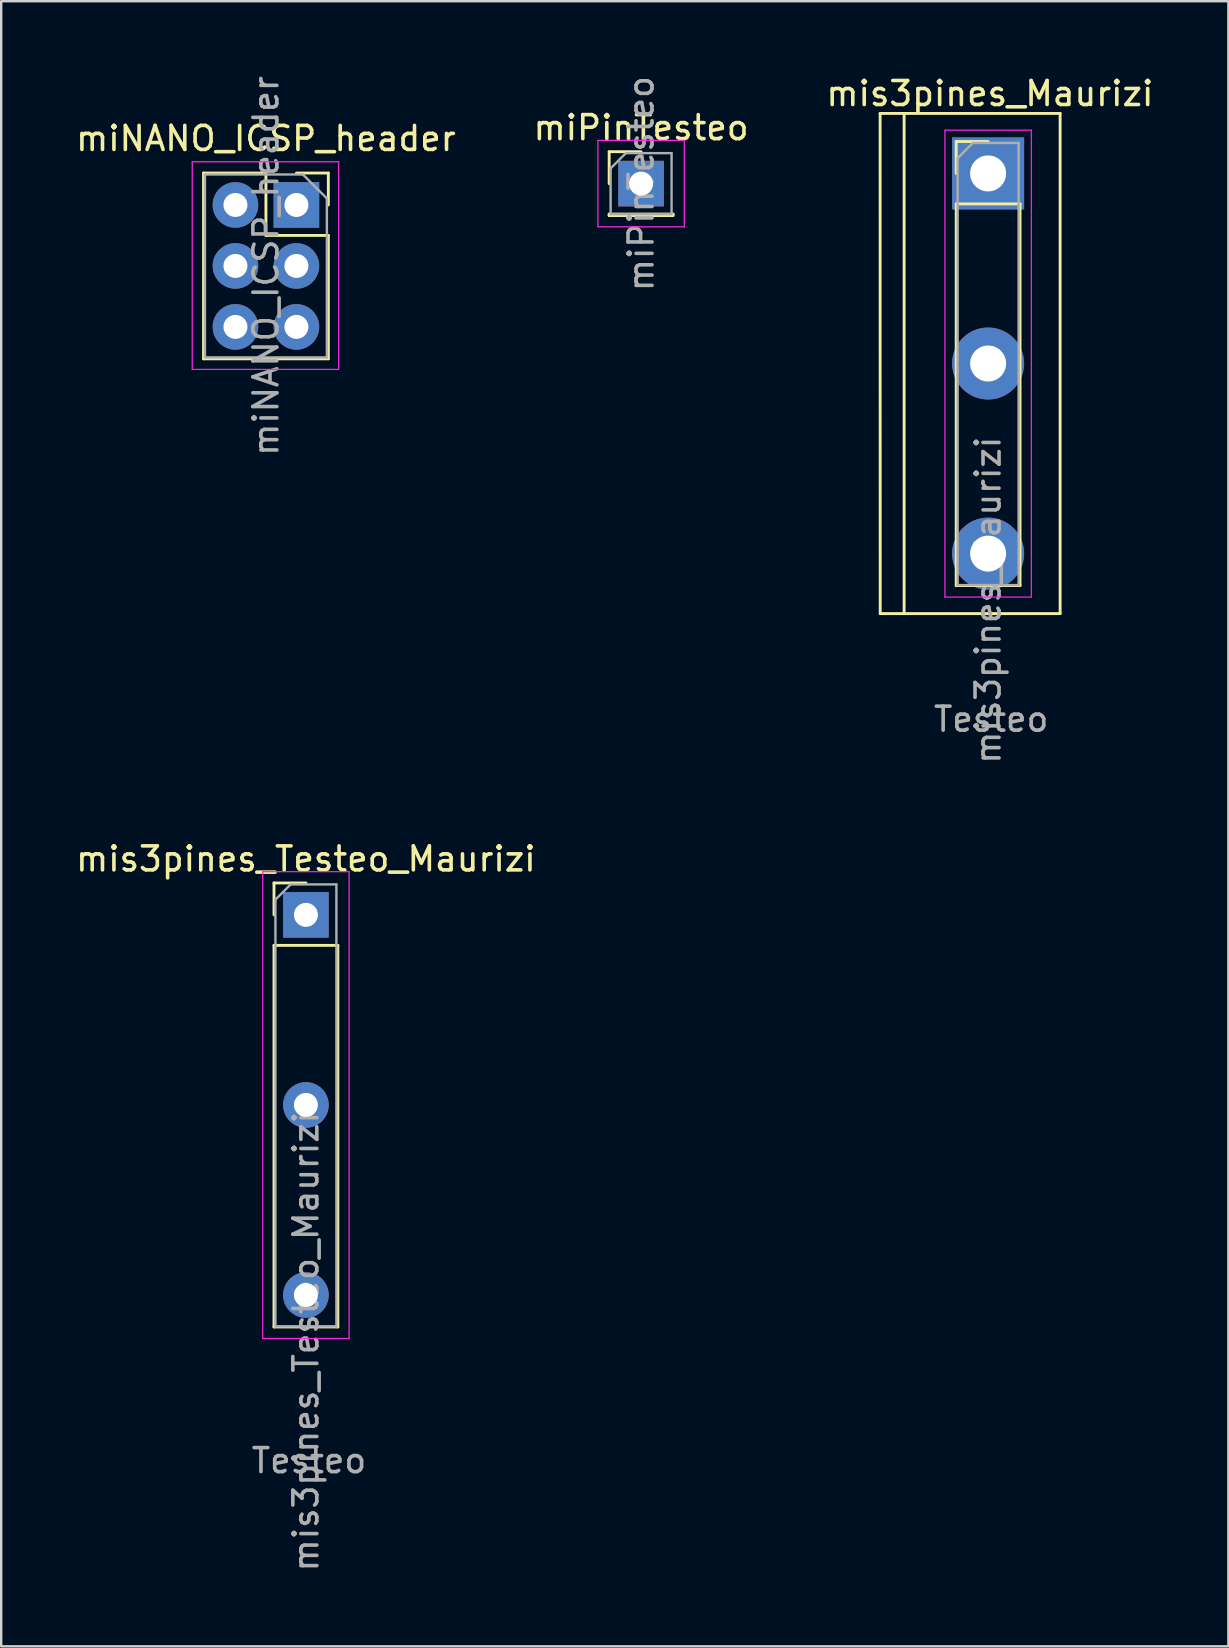
<source format=kicad_pcb>
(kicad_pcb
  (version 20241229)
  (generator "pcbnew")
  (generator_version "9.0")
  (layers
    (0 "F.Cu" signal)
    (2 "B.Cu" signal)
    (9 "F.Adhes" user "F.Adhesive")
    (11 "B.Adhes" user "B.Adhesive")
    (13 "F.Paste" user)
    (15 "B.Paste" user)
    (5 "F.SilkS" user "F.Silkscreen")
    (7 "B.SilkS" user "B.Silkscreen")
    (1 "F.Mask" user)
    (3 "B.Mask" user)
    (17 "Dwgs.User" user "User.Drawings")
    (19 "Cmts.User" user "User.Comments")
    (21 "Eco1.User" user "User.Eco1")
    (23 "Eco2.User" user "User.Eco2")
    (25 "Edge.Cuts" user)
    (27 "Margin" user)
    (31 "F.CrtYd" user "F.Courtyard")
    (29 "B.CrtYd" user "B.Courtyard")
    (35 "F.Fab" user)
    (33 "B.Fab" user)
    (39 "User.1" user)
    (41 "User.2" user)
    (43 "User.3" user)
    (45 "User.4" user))
  (footprint "mis3pines_Testeo_Maurizi"
    (layer "F.Cu")
    (at 9.696 35.068)
    (property "Reference" "mis3pines_Testeo_Maurizi" (at 0 -2.33 0) (layer "F.SilkS") (effects (font (size 1 1) (thickness 0.15))))
    (attr through_hole)
    (fp_line (start -1.33 -1.33) (end 0 -1.33) (stroke (width 0.12) (type solid)) (layer "F.SilkS"))
    (fp_line (start -1.33 0) (end -1.33 -1.33) (stroke (width 0.12) (type solid)) (layer "F.SilkS"))
    (fp_line (start -1.33 1.27) (end -1.33 17.17) (stroke (width 0.12) (type solid)) (layer "F.SilkS"))
    (fp_line (start -1.33 1.27) (end 1.33 1.27) (stroke (width 0.12) (type solid)) (layer "F.SilkS"))
    (fp_line (start -1.33 17.17) (end 1.33 17.17) (stroke (width 0.12) (type solid)) (layer "F.SilkS"))
    (fp_line (start 1.33 1.27) (end 1.33 17.17) (stroke (width 0.12) (type solid)) (layer "F.SilkS"))
    (fp_line (start -1.8 -1.8) (end -1.8 17.65) (stroke (width 0.05) (type solid)) (layer "F.CrtYd"))
    (fp_line (start -1.8 17.65) (end 1.8 17.65) (stroke (width 0.05) (type solid)) (layer "F.CrtYd"))
    (fp_line (start 1.8 -1.8) (end -1.8 -1.8) (stroke (width 0.05) (type solid)) (layer "F.CrtYd"))
    (fp_line (start 1.8 17.65) (end 1.8 -1.8) (stroke (width 0.05) (type solid)) (layer "F.CrtYd"))
    (fp_line (start -1.27 -0.635) (end -0.635 -1.27) (stroke (width 0.1) (type solid)) (layer "F.Fab"))
    (fp_line (start -1.27 17.15) (end -1.27 -0.635) (stroke (width 0.1) (type solid)) (layer "F.Fab"))
    (fp_line (start -0.635 -1.27) (end 1.27 -1.27) (stroke (width 0.1) (type solid)) (layer "F.Fab"))
    (fp_line (start 1.27 -1.27) (end 1.27 17.15) (stroke (width 0.1) (type solid)) (layer "F.Fab"))
    (fp_line (start 1.27 17.15) (end -1.27 17.15) (stroke (width 0.1) (type solid)) (layer "F.Fab"))
    (fp_text user "Testeo" (at 0.127 22.741 0) (layer "F.Fab") (effects (font (size 1 1) (thickness 0.15))))
    (fp_text user "${REFERENCE}" (at 0 17.78 90) (layer "F.Fab") (effects (font (size 1 1) (thickness 0.15))))
    (pad "1" thru_hole rect (at 0 0) (size 1.9 1.9) (drill 1) (layers "*.Cu" "*.Mask"))
    (pad "2" thru_hole oval (at 0 7.92) (size 1.9 1.9) (drill 1) (layers "*.Cu" "*.Mask"))
    (pad "3" thru_hole oval (at 0 15.84) (size 1.9 1.9) (drill 1) (layers "*.Cu" "*.Mask")))
  (footprint "mis3pines_Maurizi"
    (layer "F.Cu")
    (at 38.12 4.176)
    (property "Reference" "mis3pines_Maurizi" (at 0.076 -3.327 0) (layer "F.SilkS") (effects (font (size 1 1) (thickness 0.15))))
    (attr through_hole)
    (fp_line (start -4.5 -2.5) (end 3 -2.5) (stroke (width 0.12) (type solid)) (layer "F.SilkS"))
    (fp_line (start -4.496 18.34) (end -4.5 -2.5) (stroke (width 0.12) (type solid)) (layer "F.SilkS"))
    (fp_line (start -3.5 18.339) (end -3.5 -2.5) (stroke (width 0.12) (type solid)) (layer "F.SilkS"))
    (fp_line (start -1.33 -1.33) (end 0 -1.33) (stroke (width 0.12) (type solid)) (layer "F.SilkS"))
    (fp_line (start -1.33 0) (end -1.33 -1.33) (stroke (width 0.12) (type solid)) (layer "F.SilkS"))
    (fp_line (start -1.33 1.27) (end -1.33 17.17) (stroke (width 0.12) (type solid)) (layer "F.SilkS"))
    (fp_line (start -1.33 1.27) (end 1.33 1.27) (stroke (width 0.12) (type solid)) (layer "F.SilkS"))
    (fp_line (start -1.33 17.17) (end 1.33 17.17) (stroke (width 0.12) (type solid)) (layer "F.SilkS"))
    (fp_line (start 1.33 1.27) (end 1.33 17.17) (stroke (width 0.12) (type solid)) (layer "F.SilkS"))
    (fp_line (start 3 -2.5) (end 3 18.34) (stroke (width 0.12) (type solid)) (layer "F.SilkS"))
    (fp_line (start 3 18.34) (end -4.496 18.34) (stroke (width 0.12) (type solid)) (layer "F.SilkS"))
    (fp_line (start -1.8 -1.8) (end -1.8 17.65) (stroke (width 0.05) (type solid)) (layer "F.CrtYd"))
    (fp_line (start -1.8 17.65) (end 1.8 17.65) (stroke (width 0.05) (type solid)) (layer "F.CrtYd"))
    (fp_line (start 1.8 -1.8) (end -1.8 -1.8) (stroke (width 0.05) (type solid)) (layer "F.CrtYd"))
    (fp_line (start 1.8 17.65) (end 1.8 -1.8) (stroke (width 0.05) (type solid)) (layer "F.CrtYd"))
    (fp_line (start -1.27 -0.635) (end -0.635 -1.27) (stroke (width 0.1) (type solid)) (layer "F.Fab"))
    (fp_line (start -1.27 17.15) (end -1.27 -0.635) (stroke (width 0.1) (type solid)) (layer "F.Fab"))
    (fp_line (start -0.635 -1.27) (end 1.27 -1.27) (stroke (width 0.1) (type solid)) (layer "F.Fab"))
    (fp_line (start 1.27 -1.27) (end 1.27 17.15) (stroke (width 0.1) (type solid)) (layer "F.Fab"))
    (fp_line (start 1.27 17.15) (end -1.27 17.15) (stroke (width 0.1) (type solid)) (layer "F.Fab"))
    (fp_text user "Testeo" (at 0.127 22.741 0) (layer "F.Fab") (effects (font (size 1 1) (thickness 0.15))))
    (fp_text user "${REFERENCE}" (at 0 17.78 90) (layer "F.Fab") (effects (font (size 1 1) (thickness 0.15))))
    (pad "1" thru_hole rect (at 0 0) (size 3 3) (drill 1.5) (layers "*.Cu" "*.Mask"))
    (pad "2" thru_hole oval (at 0 7.92) (size 3 3) (drill 1.5) (layers "*.Cu" "*.Mask"))
    (pad "3" thru_hole oval (at 0 15.84) (size 3 3) (drill 1.5) (layers "*.Cu" "*.Mask")))
  (footprint "miNANO_ICSP_header"
    (layer "F.Cu")
    (at 9.3 5.49)
    (property "Reference" "miNANO_ICSP_header" (at -1.27 -2.77 0) (layer "F.SilkS") (effects (font (size 1 1) (thickness 0.15))))
    (attr through_hole)
    (fp_line (start -3.87 -1.33) (end -3.87 6.41) (stroke (width 0.12) (type solid)) (layer "F.SilkS"))
    (fp_line (start -3.87 -1.33) (end -1.27 -1.33) (stroke (width 0.12) (type solid)) (layer "F.SilkS"))
    (fp_line (start -3.87 6.41) (end 1.33 6.41) (stroke (width 0.12) (type solid)) (layer "F.SilkS"))
    (fp_line (start -1.27 -1.33) (end -1.27 1.27) (stroke (width 0.12) (type solid)) (layer "F.SilkS"))
    (fp_line (start -1.27 1.27) (end 1.33 1.27) (stroke (width 0.12) (type solid)) (layer "F.SilkS"))
    (fp_line (start 0 -1.33) (end 1.33 -1.33) (stroke (width 0.12) (type solid)) (layer "F.SilkS"))
    (fp_line (start 1.33 -1.33) (end 1.33 0) (stroke (width 0.12) (type solid)) (layer "F.SilkS"))
    (fp_line (start 1.33 1.27) (end 1.33 6.41) (stroke (width 0.12) (type solid)) (layer "F.SilkS"))
    (fp_line (start -4.34 -1.8) (end 1.76 -1.8) (stroke (width 0.05) (type solid)) (layer "F.CrtYd"))
    (fp_line (start -4.34 6.85) (end -4.34 -1.8) (stroke (width 0.05) (type solid)) (layer "F.CrtYd"))
    (fp_line (start 1.76 -1.8) (end 1.76 6.85) (stroke (width 0.05) (type solid)) (layer "F.CrtYd"))
    (fp_line (start 1.76 6.85) (end -4.34 6.85) (stroke (width 0.05) (type solid)) (layer "F.CrtYd"))
    (fp_line (start -3.81 -1.27) (end 0.27 -1.27) (stroke (width 0.1) (type solid)) (layer "F.Fab"))
    (fp_line (start -3.81 6.35) (end -3.81 -1.27) (stroke (width 0.1) (type solid)) (layer "F.Fab"))
    (fp_line (start 0.27 -1.27) (end 1.27 -0.27) (stroke (width 0.1) (type solid)) (layer "F.Fab"))
    (fp_line (start 1.27 -0.27) (end 1.27 6.35) (stroke (width 0.1) (type solid)) (layer "F.Fab"))
    (fp_line (start 1.27 6.35) (end -3.81 6.35) (stroke (width 0.1) (type solid)) (layer "F.Fab"))
    (fp_text user "${REFERENCE}" (at -1.27 2.54 90) (layer "F.Fab") (effects (font (size 1 1) (thickness 0.15))))
    (pad "1" thru_hole rect (at 0 0) (size 1.9 1.9) (drill 1) (layers "*.Cu" "*.Mask"))
    (pad "2" thru_hole oval (at -2.54 0) (size 1.9 1.9) (drill 1) (layers "*.Cu" "*.Mask"))
    (pad "3" thru_hole oval (at 0 2.54) (size 1.9 1.9) (drill 1) (layers "*.Cu" "*.Mask"))
    (pad "4" thru_hole oval (at -2.54 2.54) (size 1.9 1.9) (drill 1) (layers "*.Cu" "*.Mask"))
    (pad "5" thru_hole oval (at 0 5.08) (size 1.9 1.9) (drill 1) (layers "*.Cu" "*.Mask"))
    (pad "6" thru_hole oval (at -2.54 5.08) (size 1.9 1.9) (drill 1) (layers "*.Cu" "*.Mask")))
  (footprint "miPinTesteo"
    (layer "F.Cu")
    (at 23.661 4.601)
    (property "Reference" "miPinTesteo" (at 0 -2.33 0) (layer "F.SilkS") (effects (font (size 1 1) (thickness 0.15))))
    (attr through_hole)
    (fp_line (start -1.33 -1.33) (end 0 -1.33) (stroke (width 0.12) (type solid)) (layer "F.SilkS"))
    (fp_line (start -1.33 0) (end -1.33 -1.33) (stroke (width 0.12) (type solid)) (layer "F.SilkS"))
    (fp_line (start -1.33 1.27) (end -1.33 1.33) (stroke (width 0.12) (type solid)) (layer "F.SilkS"))
    (fp_line (start -1.33 1.27) (end 1.33 1.27) (stroke (width 0.12) (type solid)) (layer "F.SilkS"))
    (fp_line (start -1.33 1.33) (end 1.33 1.33) (stroke (width 0.12) (type solid)) (layer "F.SilkS"))
    (fp_line (start 1.33 1.27) (end 1.33 1.33) (stroke (width 0.12) (type solid)) (layer "F.SilkS"))
    (fp_line (start -1.8 -1.8) (end -1.8 1.8) (stroke (width 0.05) (type solid)) (layer "F.CrtYd"))
    (fp_line (start -1.8 1.8) (end 1.8 1.8) (stroke (width 0.05) (type solid)) (layer "F.CrtYd"))
    (fp_line (start 1.8 -1.8) (end -1.8 -1.8) (stroke (width 0.05) (type solid)) (layer "F.CrtYd"))
    (fp_line (start 1.8 1.8) (end 1.8 -1.8) (stroke (width 0.05) (type solid)) (layer "F.CrtYd"))
    (fp_line (start -1.27 -0.635) (end -0.635 -1.27) (stroke (width 0.1) (type solid)) (layer "F.Fab"))
    (fp_line (start -1.27 1.27) (end -1.27 -0.635) (stroke (width 0.1) (type solid)) (layer "F.Fab"))
    (fp_line (start -0.635 -1.27) (end 1.27 -1.27) (stroke (width 0.1) (type solid)) (layer "F.Fab"))
    (fp_line (start 1.27 -1.27) (end 1.27 1.27) (stroke (width 0.1) (type solid)) (layer "F.Fab"))
    (fp_line (start 1.27 1.27) (end -1.27 1.27) (stroke (width 0.1) (type solid)) (layer "F.Fab"))
    (fp_text user "${REFERENCE}" (at 0 0 90) (layer "F.Fab") (effects (font (size 1 1) (thickness 0.15))))
    (pad "1" thru_hole rect (at 0 0) (size 1.9 1.9) (drill 1) (layers "*.Cu" "*.Mask")))
  (gr_rect
    (start -3 -3)
    (end 48.131 65.545)
    (stroke (width 0.1) (type default))
    (fill no)
    (layer "Edge.Cuts")))
</source>
